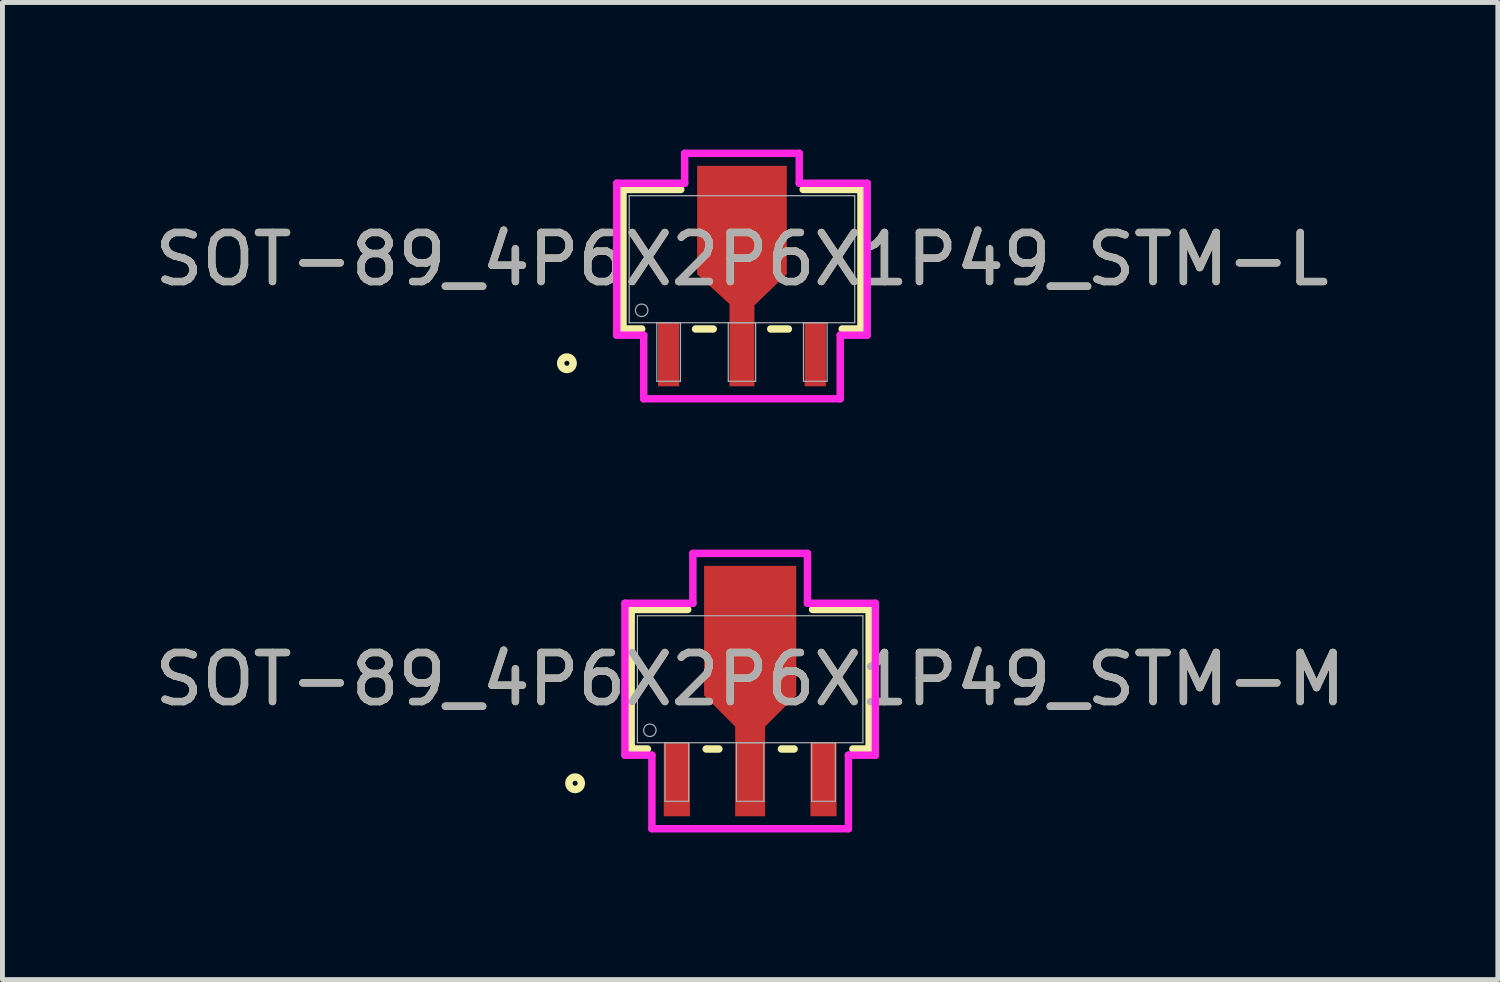
<source format=kicad_pcb>
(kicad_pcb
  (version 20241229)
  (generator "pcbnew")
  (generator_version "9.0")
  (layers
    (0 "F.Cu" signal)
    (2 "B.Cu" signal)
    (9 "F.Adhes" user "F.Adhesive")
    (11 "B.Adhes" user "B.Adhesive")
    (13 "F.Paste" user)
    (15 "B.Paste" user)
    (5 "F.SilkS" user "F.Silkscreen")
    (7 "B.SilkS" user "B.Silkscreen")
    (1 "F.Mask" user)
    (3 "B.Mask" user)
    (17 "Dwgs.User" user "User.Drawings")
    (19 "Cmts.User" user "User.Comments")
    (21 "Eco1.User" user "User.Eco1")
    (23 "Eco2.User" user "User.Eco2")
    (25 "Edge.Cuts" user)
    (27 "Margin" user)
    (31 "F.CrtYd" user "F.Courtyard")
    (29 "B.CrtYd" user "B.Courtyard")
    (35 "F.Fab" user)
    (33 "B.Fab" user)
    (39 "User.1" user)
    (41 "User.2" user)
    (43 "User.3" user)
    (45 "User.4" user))
  (footprint "SOT-89_4P6X2P6X1P49_STM-L"
    (layer "F.Cu")
    (at 12.077 2.235)
    (property "Reference" "SOT-89_4P6X2P6X1P49_STM-L" (at 0 0 0) (unlocked yes) (layer "F.SilkS") (effects (font (size 1 1) (thickness 0.15))))
    (attr smd)
    (fp_poly (pts (xy -0.254 1.295) (xy -0.254 0.914) (xy -0.914 0.305) (xy -0.914 -1.905) (xy 0.914 -1.905) (xy 0.914 0.305) (xy 0.254 0.94) (xy 0.254 1.295)) (stroke (width 0) (type solid)) (fill yes) (layer "F.Cu"))
    (fp_poly (pts (xy -0.254 1.27) (xy -0.254 0.914) (xy -0.889 0.279) (xy -0.889 -1.854) (xy 0.889 -1.854) (xy 0.889 0.279) (xy 0.254 0.914) (xy 0.254 1.27)) (stroke (width 0) (type solid)) (fill yes) (layer "F.Mask"))
    (fp_line (start -2.426 -1.422) (end -2.426 1.422) (stroke (width 0.152) (type solid)) (layer "F.SilkS"))
    (fp_line (start -2.426 1.422) (end -2.044 1.422) (stroke (width 0.152) (type solid)) (layer "F.SilkS"))
    (fp_line (start -1.247 -1.422) (end -2.426 -1.422) (stroke (width 0.152) (type solid)) (layer "F.SilkS"))
    (fp_line (start -0.946 1.422) (end -0.587 1.422) (stroke (width 0.152) (type solid)) (layer "F.SilkS"))
    (fp_line (start 0.587 1.422) (end 0.946 1.422) (stroke (width 0.152) (type solid)) (layer "F.SilkS"))
    (fp_line (start 2.044 1.422) (end 2.426 1.422) (stroke (width 0.152) (type solid)) (layer "F.SilkS"))
    (fp_line (start 2.426 -1.422) (end 1.247 -1.422) (stroke (width 0.152) (type solid)) (layer "F.SilkS"))
    (fp_line (start 2.426 1.422) (end 2.426 -1.422) (stroke (width 0.152) (type solid)) (layer "F.SilkS"))
    (fp_circle (center -3.569 2.121) (end -3.442 2.121) (stroke (width 0.152) (type solid)) (fill no) (layer "F.SilkS"))
    (fp_poly (pts (xy -0.254 1.27) (xy -0.254 0.914) (xy -0.889 0.279) (xy -0.889 -1.854) (xy 0.889 -1.854) (xy 0.889 0.279) (xy 0.254 0.914) (xy 0.254 1.27)) (stroke (width 0) (type solid)) (fill yes) (layer "F.Paste"))
    (fp_line (start -2.553 -1.549) (end -1.168 -1.549) (stroke (width 0.152) (type solid)) (layer "F.CrtYd"))
    (fp_line (start -2.553 1.549) (end -2.553 -1.549) (stroke (width 0.152) (type solid)) (layer "F.CrtYd"))
    (fp_line (start -2.003 1.549) (end -2.553 1.549) (stroke (width 0.152) (type solid)) (layer "F.CrtYd"))
    (fp_line (start -2.003 2.845) (end -2.003 1.549) (stroke (width 0.152) (type solid)) (layer "F.CrtYd"))
    (fp_line (start -1.168 -2.159) (end 1.168 -2.159) (stroke (width 0.152) (type solid)) (layer "F.CrtYd"))
    (fp_line (start -1.168 -1.549) (end -1.168 -2.159) (stroke (width 0.152) (type solid)) (layer "F.CrtYd"))
    (fp_line (start 1.168 -2.159) (end 1.168 -1.549) (stroke (width 0.152) (type solid)) (layer "F.CrtYd"))
    (fp_line (start 1.168 -1.549) (end 2.553 -1.549) (stroke (width 0.152) (type solid)) (layer "F.CrtYd"))
    (fp_line (start 2.003 1.549) (end 2.003 2.845) (stroke (width 0.152) (type solid)) (layer "F.CrtYd"))
    (fp_line (start 2.003 2.845) (end -2.003 2.845) (stroke (width 0.152) (type solid)) (layer "F.CrtYd"))
    (fp_line (start 2.553 -1.549) (end 2.553 1.549) (stroke (width 0.152) (type solid)) (layer "F.CrtYd"))
    (fp_line (start 2.553 1.549) (end 2.003 1.549) (stroke (width 0.152) (type solid)) (layer "F.CrtYd"))
    (fp_line (start -2.299 -1.295) (end -2.299 1.295) (stroke (width 0.025) (type solid)) (layer "F.Fab"))
    (fp_line (start -2.299 1.295) (end 2.299 1.295) (stroke (width 0.025) (type solid)) (layer "F.Fab"))
    (fp_line (start -1.736 1.295) (end -1.736 2.489) (stroke (width 0.025) (type solid)) (layer "F.Fab"))
    (fp_line (start -1.736 2.489) (end -1.254 2.489) (stroke (width 0.025) (type solid)) (layer "F.Fab"))
    (fp_line (start -1.254 1.295) (end -1.736 1.295) (stroke (width 0.025) (type solid)) (layer "F.Fab"))
    (fp_line (start -1.254 2.489) (end -1.254 1.295) (stroke (width 0.025) (type solid)) (layer "F.Fab"))
    (fp_line (start -0.279 1.295) (end -0.279 2.489) (stroke (width 0.025) (type solid)) (layer "F.Fab"))
    (fp_line (start -0.279 2.489) (end 0.279 2.489) (stroke (width 0.025) (type solid)) (layer "F.Fab"))
    (fp_line (start 0.279 1.295) (end -0.279 1.295) (stroke (width 0.025) (type solid)) (layer "F.Fab"))
    (fp_line (start 0.279 2.489) (end 0.279 1.295) (stroke (width 0.025) (type solid)) (layer "F.Fab"))
    (fp_line (start 1.254 1.295) (end 1.254 2.489) (stroke (width 0.025) (type solid)) (layer "F.Fab"))
    (fp_line (start 1.254 2.489) (end 1.736 2.489) (stroke (width 0.025) (type solid)) (layer "F.Fab"))
    (fp_line (start 1.736 1.295) (end 1.254 1.295) (stroke (width 0.025) (type solid)) (layer "F.Fab"))
    (fp_line (start 1.736 2.489) (end 1.736 1.295) (stroke (width 0.025) (type solid)) (layer "F.Fab"))
    (fp_line (start 2.299 -1.295) (end -2.299 -1.295) (stroke (width 0.025) (type solid)) (layer "F.Fab"))
    (fp_line (start 2.299 1.295) (end 2.299 -1.295) (stroke (width 0.025) (type solid)) (layer "F.Fab"))
    (fp_circle (center -2.045 1.041) (end -1.918 1.041) (stroke (width 0.025) (type solid)) (fill no) (layer "F.Fab"))
    (fp_text user "${REFERENCE}" (at 0 0 0) (unlocked yes) (layer "F.Fab") (effects (font (size 1 1) (thickness 0.15))))
    (pad "1" smd rect (at -1.495 1.943) (size 0.432 1.295) (layers "F.Cu" "F.Mask" "F.Paste"))
    (pad "2" smd rect (at 0 1.943) (size 0.508 1.295) (layers "F.Cu" "F.Mask" "F.Paste"))
    (pad "3" smd rect (at 1.495 1.943) (size 0.432 1.295) (layers "F.Cu" "F.Mask" "F.Paste")))
  (footprint "SOT-89_4P6X2P6X1P49_STM-M"
    (layer "F.Cu")
    (at 12.244 10.798)
    (property "Reference" "SOT-89_4P6X2P6X1P49_STM-M" (at 0 0 0) (unlocked yes) (layer "F.SilkS") (effects (font (size 1 1) (thickness 0.15))))
    (attr smd)
    (fp_poly (pts (xy -0.305 1.295) (xy -0.305 0.965) (xy -0.94 0.33) (xy -0.94 -2.311) (xy 0.94 -2.311) (xy 0.94 0.33) (xy 0.305 0.965) (xy 0.305 1.295)) (stroke (width 0) (type solid)) (fill yes) (layer "F.Cu"))
    (fp_poly (pts (xy -0.305 1.321) (xy -0.305 0.965) (xy -0.94 0.33) (xy -0.94 -2.057) (xy 0.94 -2.057) (xy 0.94 0.33) (xy 0.305 0.965) (xy 0.305 1.321)) (stroke (width 0) (type solid)) (fill yes) (layer "F.Mask"))
    (fp_line (start -2.426 -1.422) (end -2.426 1.422) (stroke (width 0.152) (type solid)) (layer "F.SilkS"))
    (fp_line (start -2.426 1.422) (end -2.094 1.422) (stroke (width 0.152) (type solid)) (layer "F.SilkS"))
    (fp_line (start -1.273 -1.422) (end -2.426 -1.422) (stroke (width 0.152) (type solid)) (layer "F.SilkS"))
    (fp_line (start -0.896 1.422) (end -0.638 1.422) (stroke (width 0.152) (type solid)) (layer "F.SilkS"))
    (fp_line (start 0.638 1.422) (end 0.896 1.422) (stroke (width 0.152) (type solid)) (layer "F.SilkS"))
    (fp_line (start 2.094 1.422) (end 2.426 1.422) (stroke (width 0.152) (type solid)) (layer "F.SilkS"))
    (fp_line (start 2.426 -1.422) (end 1.273 -1.422) (stroke (width 0.152) (type solid)) (layer "F.SilkS"))
    (fp_line (start 2.426 1.422) (end 2.426 -1.422) (stroke (width 0.152) (type solid)) (layer "F.SilkS"))
    (fp_circle (center -3.569 2.121) (end -3.442 2.121) (stroke (width 0.152) (type solid)) (fill no) (layer "F.SilkS"))
    (fp_poly (pts (xy -0.305 1.321) (xy -0.305 0.965) (xy -0.94 0.33) (xy -0.94 -2.057) (xy 0.94 -2.057) (xy 0.94 0.33) (xy 0.305 0.965) (xy 0.305 1.321)) (stroke (width 0) (type solid)) (fill yes) (layer "F.Paste"))
    (fp_line (start -2.553 -1.549) (end -1.168 -1.549) (stroke (width 0.152) (type solid)) (layer "F.CrtYd"))
    (fp_line (start -2.553 1.549) (end -2.553 -1.549) (stroke (width 0.152) (type solid)) (layer "F.CrtYd"))
    (fp_line (start -2.003 1.549) (end -2.553 1.549) (stroke (width 0.152) (type solid)) (layer "F.CrtYd"))
    (fp_line (start -2.003 3.048) (end -2.003 1.549) (stroke (width 0.152) (type solid)) (layer "F.CrtYd"))
    (fp_line (start -1.168 -2.565) (end 1.168 -2.565) (stroke (width 0.152) (type solid)) (layer "F.CrtYd"))
    (fp_line (start -1.168 -1.549) (end -1.168 -2.565) (stroke (width 0.152) (type solid)) (layer "F.CrtYd"))
    (fp_line (start 1.168 -2.565) (end 1.168 -1.549) (stroke (width 0.152) (type solid)) (layer "F.CrtYd"))
    (fp_line (start 1.168 -1.549) (end 2.553 -1.549) (stroke (width 0.152) (type solid)) (layer "F.CrtYd"))
    (fp_line (start 2.003 1.549) (end 2.003 3.048) (stroke (width 0.152) (type solid)) (layer "F.CrtYd"))
    (fp_line (start 2.003 3.048) (end -2.003 3.048) (stroke (width 0.152) (type solid)) (layer "F.CrtYd"))
    (fp_line (start 2.553 -1.549) (end 2.553 1.549) (stroke (width 0.152) (type solid)) (layer "F.CrtYd"))
    (fp_line (start 2.553 1.549) (end 2.003 1.549) (stroke (width 0.152) (type solid)) (layer "F.CrtYd"))
    (fp_line (start -2.299 -1.295) (end -2.299 1.295) (stroke (width 0.025) (type solid)) (layer "F.Fab"))
    (fp_line (start -2.299 1.295) (end 2.299 1.295) (stroke (width 0.025) (type solid)) (layer "F.Fab"))
    (fp_line (start -1.736 1.295) (end -1.736 2.489) (stroke (width 0.025) (type solid)) (layer "F.Fab"))
    (fp_line (start -1.736 2.489) (end -1.254 2.489) (stroke (width 0.025) (type solid)) (layer "F.Fab"))
    (fp_line (start -1.254 1.295) (end -1.736 1.295) (stroke (width 0.025) (type solid)) (layer "F.Fab"))
    (fp_line (start -1.254 2.489) (end -1.254 1.295) (stroke (width 0.025) (type solid)) (layer "F.Fab"))
    (fp_line (start -0.279 1.295) (end -0.279 2.489) (stroke (width 0.025) (type solid)) (layer "F.Fab"))
    (fp_line (start -0.279 2.489) (end 0.279 2.489) (stroke (width 0.025) (type solid)) (layer "F.Fab"))
    (fp_line (start 0.279 1.295) (end -0.279 1.295) (stroke (width 0.025) (type solid)) (layer "F.Fab"))
    (fp_line (start 0.279 2.489) (end 0.279 1.295) (stroke (width 0.025) (type solid)) (layer "F.Fab"))
    (fp_line (start 1.254 1.295) (end 1.254 2.489) (stroke (width 0.025) (type solid)) (layer "F.Fab"))
    (fp_line (start 1.254 2.489) (end 1.736 2.489) (stroke (width 0.025) (type solid)) (layer "F.Fab"))
    (fp_line (start 1.736 1.295) (end 1.254 1.295) (stroke (width 0.025) (type solid)) (layer "F.Fab"))
    (fp_line (start 1.736 2.489) (end 1.736 1.295) (stroke (width 0.025) (type solid)) (layer "F.Fab"))
    (fp_line (start 2.299 -1.295) (end -2.299 -1.295) (stroke (width 0.025) (type solid)) (layer "F.Fab"))
    (fp_line (start 2.299 1.295) (end 2.299 -1.295) (stroke (width 0.025) (type solid)) (layer "F.Fab"))
    (fp_circle (center -2.045 1.041) (end -1.918 1.041) (stroke (width 0.025) (type solid)) (fill no) (layer "F.Fab"))
    (fp_text user "${REFERENCE}" (at 0 0 0) (unlocked yes) (layer "F.Fab") (effects (font (size 1 1) (thickness 0.15))))
    (pad "1" smd rect (at -1.495 2.045) (size 0.533 1.499) (layers "F.Cu" "F.Mask" "F.Paste"))
    (pad "2" smd rect (at 0 2.045) (size 0.61 1.499) (layers "F.Cu" "F.Mask" "F.Paste"))
    (pad "3" smd rect (at 1.495 2.045) (size 0.533 1.499) (layers "F.Cu" "F.Mask" "F.Paste")))
  (gr_rect
    (start -3 -3)
    (end 27.488 16.922)
    (stroke (width 0.1) (type default))
    (fill no)
    (layer "Edge.Cuts")))
</source>
